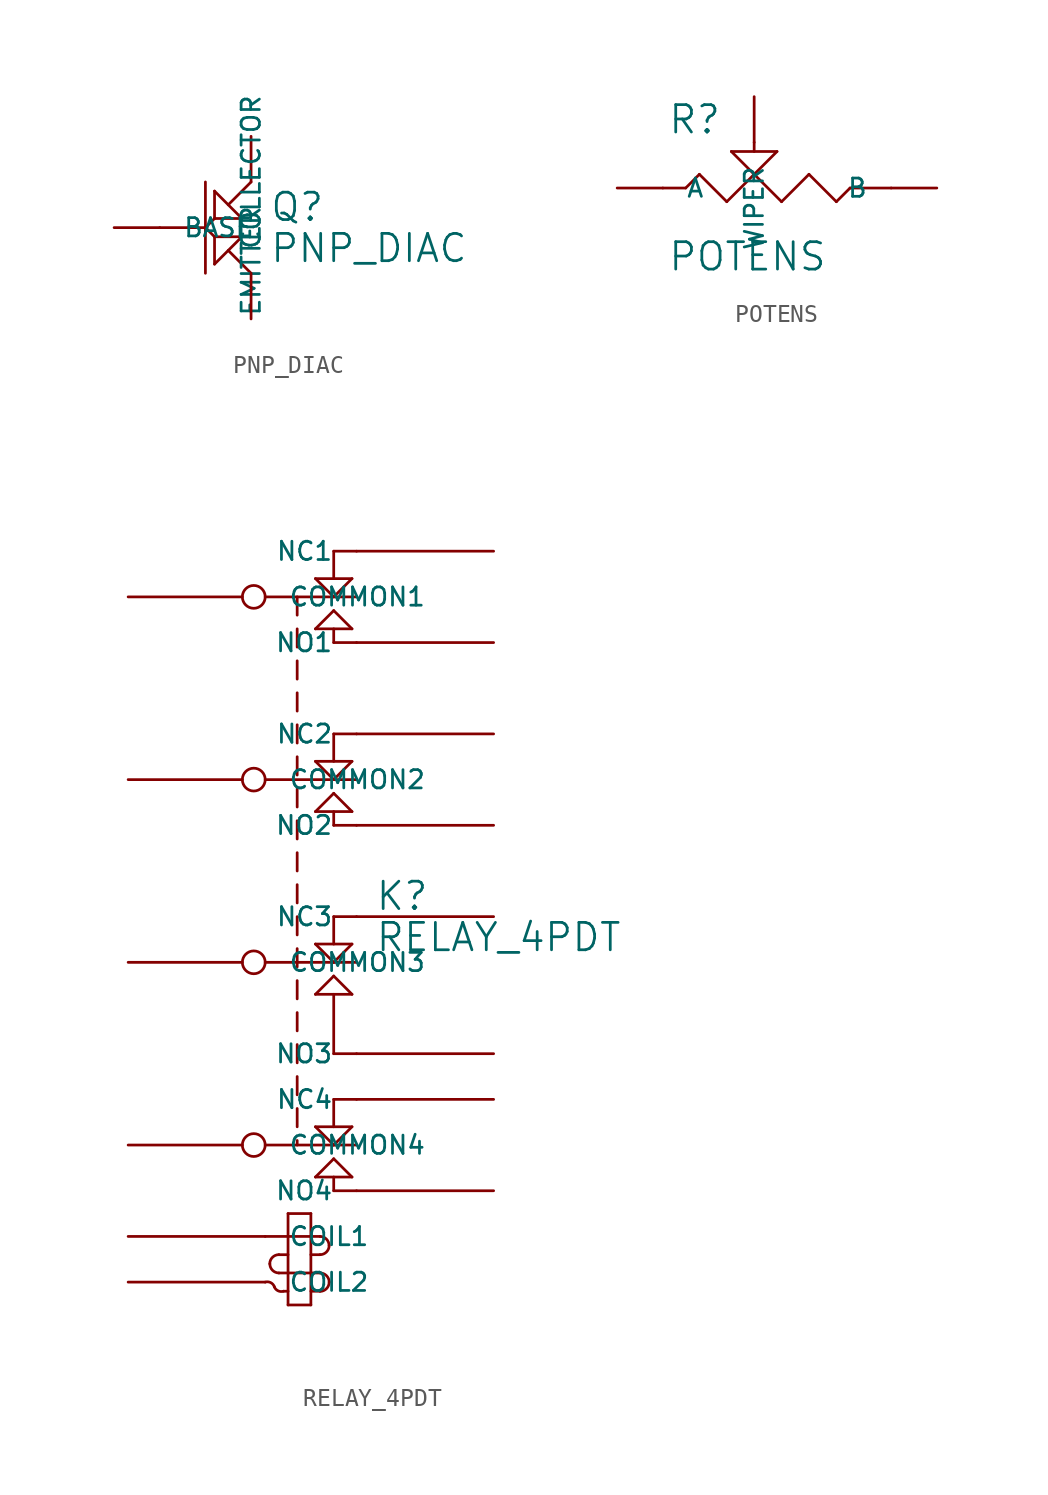
<source format=kicad_sym>
(kicad_symbol_lib
  (version 20231120)
  (generator "kicad_symbol_editor")
  (generator_version "8.0")
  (symbol "PNP_DIAC"
    (pin_names
      (offset 1.27))
    (property "Reference" "Q"
      (at 6.096 -2.286 0)
      (effects (font (size 1.524 1.524)) (justify left bottom)))
    (property "Value" "PNP_DIAC"
      (at 6.096 -2.794 0)
      (effects (font (size 1.524 1.524)) (justify left top)))
    (symbol "PNP_DIAC_0_1"
      (polyline (pts (xy 0 -2.54) (xy 2.54 -2.54)) (stroke (width 0) (type solid)) (fill (type none)))
      (polyline (pts (xy 2.54 -5.08) (xy 2.54 0)) (stroke (width 0) (type solid)) (fill (type none)))
      (polyline (pts (xy 2.54 -2.54) (xy 3.048 -3.048)) (stroke (width 0) (type solid)) (fill (type none)))
      (polyline (pts (xy 3.048 -4.572) (xy 3.048 -3.048)) (stroke (width 0) (type solid)) (fill (type none)))
      (polyline (pts (xy 3.048 -3.048) (xy 4.572 -3.048)) (stroke (width 0) (type solid)) (fill (type none)))
      (polyline (pts (xy 3.048 -2.032) (xy 2.54 -2.54)) (stroke (width 0) (type solid)) (fill (type none)))
      (polyline (pts (xy 3.048 -2.032) (xy 3.048 -0.508)) (stroke (width 0) (type solid)) (fill (type none)))
      (polyline (pts (xy 3.048 -0.508) (xy 4.572 -2.032)) (stroke (width 0) (type solid)) (fill (type none)))
      (polyline (pts (xy 3.81 -3.81) (xy 5.08 -5.08)) (stroke (width 0) (type solid)) (fill (type none)))
      (polyline (pts (xy 3.81 -1.27) (xy 5.08 0)) (stroke (width 0) (type solid)) (fill (type none)))
      (polyline (pts (xy 4.572 -3.048) (xy 3.048 -4.572)) (stroke (width 0) (type solid)) (fill (type none)))
      (polyline (pts (xy 4.572 -2.032) (xy 3.048 -2.032)) (stroke (width 0) (type solid)) (fill (type none))))
    (symbol "PNP_DIAC_1_1"
      (pin input line (at -2.54 -2.54 0) (length 2.54) (name "BASE" (effects (font (size 1.016 1.016)))) (number "~" (effects (font (size 1.27 1.27)))))
      (pin passive line (at 5.08 -7.62 90) (length 2.54) (name "COLLECTOR" (effects (font (size 1.016 1.016)))) (number "~" (effects (font (size 1.27 1.27)))))
      (pin passive line (at 5.08 2.54 270) (length 2.54) (name "EMITTER" (effects (font (size 1.016 1.016)))) (number "~" (effects (font (size 1.27 1.27)))))))
  (symbol "POTENS"
    (pin_names
      (offset 1.27))
    (property "Reference" "R"
      (at 0.254 0.381 0)
      (effects (font (size 1.524 1.524)) (justify left bottom)))
    (property "Value" "POTENS"
      (at 0.254 -5.461 0)
      (effects (font (size 1.524 1.524)) (justify left top)))
    (symbol "POTENS_0_1"
      (polyline (pts (xy 0 -2.54) (xy 1.27 -2.54)) (stroke (width 0) (type solid)) (fill (type none)))
      (polyline (pts (xy 1.27 -2.54) (xy 2.032 -1.778)) (stroke (width 0) (type solid)) (fill (type none)))
      (polyline (pts (xy 2.032 -1.778) (xy 3.556 -3.302)) (stroke (width 0) (type solid)) (fill (type none)))
      (polyline (pts (xy 3.556 -3.302) (xy 5.08 -1.778)) (stroke (width 0) (type solid)) (fill (type none)))
      (polyline (pts (xy 3.81 -0.508) (xy 5.08 -1.778)) (stroke (width 0) (type solid)) (fill (type none)))
      (polyline (pts (xy 5.08 -1.778) (xy 6.35 -0.508)) (stroke (width 0) (type solid)) (fill (type none)))
      (polyline (pts (xy 5.08 -1.778) (xy 6.604 -3.302)) (stroke (width 0) (type solid)) (fill (type none)))
      (polyline (pts (xy 5.08 -0.508) (xy 5.08 0)) (stroke (width 0) (type solid)) (fill (type none)))
      (polyline (pts (xy 6.35 -0.508) (xy 3.81 -0.508)) (stroke (width 0) (type solid)) (fill (type none)))
      (polyline (pts (xy 6.604 -3.302) (xy 8.128 -1.778)) (stroke (width 0) (type solid)) (fill (type none)))
      (polyline (pts (xy 8.128 -1.778) (xy 9.652 -3.302)) (stroke (width 0) (type solid)) (fill (type none)))
      (polyline (pts (xy 9.652 -3.302) (xy 10.414 -2.54)) (stroke (width 0) (type solid)) (fill (type none)))
      (polyline (pts (xy 10.414 -2.54) (xy 12.7 -2.54)) (stroke (width 0) (type solid)) (fill (type none))))
    (symbol "POTENS_1_1"
      (pin passive line (at -2.54 -2.54 0) (length 2.54) (name "A" (effects (font (size 1.016 1.016)))) (number "~" (effects (font (size 1.27 1.27)))))
      (pin passive line (at 15.24 -2.54 180) (length 2.54) (name "B" (effects (font (size 1.016 1.016)))) (number "~" (effects (font (size 1.27 1.27)))))
      (pin passive line (at 5.08 2.54 270) (length 2.54) (name "WIPER" (effects (font (size 1.016 1.016)))) (number "~" (effects (font (size 1.27 1.27)))))))
  (symbol "RELAY_4PDT"
    (pin_names
      (offset 1.27))
    (property "Reference" "K"
      (at 6.096 -22.606 0)
      (effects (font (size 1.524 1.524)) (justify left bottom)))
    (property "Value" "RELAY_4PDT"
      (at 6.096 -23.114 0)
      (effects (font (size 1.524 1.524)) (justify left top)))
    (symbol "RELAY_4PDT_0_1"
      (polyline (pts (xy 0 -40.64) (xy 3.048 -40.64)) (stroke (width 0) (type solid)) (fill (type none)))
      (polyline (pts (xy 0 -35.56) (xy 5.08 -35.56)) (stroke (width 0) (type solid)) (fill (type none)))
      (polyline (pts (xy 0 -25.4) (xy 5.08 -25.4)) (stroke (width 0) (type solid)) (fill (type none)))
      (polyline (pts (xy 0 -15.24) (xy 5.08 -15.24)) (stroke (width 0) (type solid)) (fill (type none)))
      (polyline (pts (xy 0 -5.08) (xy 5.08 -5.08)) (stroke (width 0) (type solid)) (fill (type none)))
      (polyline (pts (xy 0.762 -42.672) (xy 3.048 -42.672)) (stroke (width 0) (type solid)) (fill (type none)))
      (polyline (pts (xy 1.016 -43.688) (xy 1.27 -43.688)) (stroke (width 0) (type solid)) (fill (type none)))
      (polyline (pts (xy 1.27 -44.45) (xy 2.54 -44.45)) (stroke (width 0) (type solid)) (fill (type none)))
      (polyline (pts (xy 1.27 -41.656) (xy 0.762 -41.656)) (stroke (width 0) (type solid)) (fill (type none)))
      (polyline (pts (xy 1.27 -39.37) (xy 1.27 -44.45)) (stroke (width 0) (type solid)) (fill (type none)))
      (polyline (pts (xy 1.778 -35.306) (xy 1.778 -35.56)) (stroke (width 0) (type solid)) (fill (type none)))
      (polyline (pts (xy 1.778 -33.528) (xy 1.778 -34.544)) (stroke (width 0) (type solid)) (fill (type none)))
      (polyline (pts (xy 1.778 -31.75) (xy 1.778 -32.766)) (stroke (width 0) (type solid)) (fill (type none)))
      (polyline (pts (xy 1.778 -29.972) (xy 1.778 -30.988)) (stroke (width 0) (type solid)) (fill (type none)))
      (polyline (pts (xy 1.778 -28.194) (xy 1.778 -29.21)) (stroke (width 0) (type solid)) (fill (type none)))
      (polyline (pts (xy 1.778 -26.416) (xy 1.778 -27.432)) (stroke (width 0) (type solid)) (fill (type none)))
      (polyline (pts (xy 1.778 -24.638) (xy 1.778 -25.654)) (stroke (width 0) (type solid)) (fill (type none)))
      (polyline (pts (xy 1.778 -22.86) (xy 1.778 -23.876)) (stroke (width 0) (type solid)) (fill (type none)))
      (polyline (pts (xy 1.778 -21.082) (xy 1.778 -22.098)) (stroke (width 0) (type solid)) (fill (type none)))
      (polyline (pts (xy 1.778 -19.304) (xy 1.778 -20.32)) (stroke (width 0) (type solid)) (fill (type none)))
      (polyline (pts (xy 1.778 -17.526) (xy 1.778 -18.542)) (stroke (width 0) (type solid)) (fill (type none)))
      (polyline (pts (xy 1.778 -15.748) (xy 1.778 -16.764)) (stroke (width 0) (type solid)) (fill (type none)))
      (polyline (pts (xy 1.778 -13.97) (xy 1.778 -14.986)) (stroke (width 0) (type solid)) (fill (type none)))
      (polyline (pts (xy 1.778 -12.192) (xy 1.778 -13.208)) (stroke (width 0) (type solid)) (fill (type none)))
      (polyline (pts (xy 1.778 -10.414) (xy 1.778 -11.43)) (stroke (width 0) (type solid)) (fill (type none)))
      (polyline (pts (xy 1.778 -8.636) (xy 1.778 -9.652)) (stroke (width 0) (type solid)) (fill (type none)))
      (polyline (pts (xy 1.778 -6.858) (xy 1.778 -7.874)) (stroke (width 0) (type solid)) (fill (type none)))
      (polyline (pts (xy 1.778 -5.08) (xy 1.778 -6.096)) (stroke (width 0) (type solid)) (fill (type none)))
      (polyline (pts (xy 2.54 -44.45) (xy 2.54 -39.37)) (stroke (width 0) (type solid)) (fill (type none)))
      (polyline (pts (xy 2.54 -39.37) (xy 1.27 -39.37)) (stroke (width 0) (type solid)) (fill (type none)))
      (polyline (pts (xy 2.794 -37.338) (xy 3.81 -36.322)) (stroke (width 0) (type solid)) (fill (type none)))
      (polyline (pts (xy 2.794 -34.544) (xy 3.81 -35.56)) (stroke (width 0) (type solid)) (fill (type none)))
      (polyline (pts (xy 2.794 -27.178) (xy 3.81 -26.162)) (stroke (width 0) (type solid)) (fill (type none)))
      (polyline (pts (xy 2.794 -24.384) (xy 3.81 -25.4)) (stroke (width 0) (type solid)) (fill (type none)))
      (polyline (pts (xy 2.794 -17.018) (xy 3.81 -16.002)) (stroke (width 0) (type solid)) (fill (type none)))
      (polyline (pts (xy 2.794 -14.224) (xy 3.81 -15.24)) (stroke (width 0) (type solid)) (fill (type none)))
      (polyline (pts (xy 2.794 -6.858) (xy 3.81 -5.842)) (stroke (width 0) (type solid)) (fill (type none)))
      (polyline (pts (xy 2.794 -4.064) (xy 3.81 -5.08)) (stroke (width 0) (type solid)) (fill (type none)))
      (polyline (pts (xy 3.048 -43.688) (xy 2.54 -43.688)) (stroke (width 0) (type solid)) (fill (type none)))
      (polyline (pts (xy 3.048 -41.656) (xy 2.54 -41.656)) (stroke (width 0) (type solid)) (fill (type none)))
      (polyline (pts (xy 3.81 -38.1) (xy 5.08 -38.1)) (stroke (width 0) (type solid)) (fill (type none)))
      (polyline (pts (xy 3.81 -37.338) (xy 3.81 -38.1)) (stroke (width 0) (type solid)) (fill (type none)))
      (polyline (pts (xy 3.81 -36.322) (xy 4.826 -37.338)) (stroke (width 0) (type solid)) (fill (type none)))
      (polyline (pts (xy 3.81 -35.56) (xy 4.826 -34.544)) (stroke (width 0) (type solid)) (fill (type none)))
      (polyline (pts (xy 3.81 -34.544) (xy 3.81 -33.02)) (stroke (width 0) (type solid)) (fill (type none)))
      (polyline (pts (xy 3.81 -33.02) (xy 5.08 -33.02)) (stroke (width 0) (type solid)) (fill (type none)))
      (polyline (pts (xy 3.81 -30.48) (xy 5.08 -30.48)) (stroke (width 0) (type solid)) (fill (type none)))
      (polyline (pts (xy 3.81 -27.178) (xy 3.81 -30.48)) (stroke (width 0) (type solid)) (fill (type none)))
      (polyline (pts (xy 3.81 -26.162) (xy 4.826 -27.178)) (stroke (width 0) (type solid)) (fill (type none)))
      (polyline (pts (xy 3.81 -25.4) (xy 4.826 -24.384)) (stroke (width 0) (type solid)) (fill (type none)))
      (polyline (pts (xy 3.81 -24.384) (xy 3.81 -22.86)) (stroke (width 0) (type solid)) (fill (type none)))
      (polyline (pts (xy 3.81 -22.86) (xy 5.08 -22.86)) (stroke (width 0) (type solid)) (fill (type none)))
      (polyline (pts (xy 3.81 -17.78) (xy 5.08 -17.78)) (stroke (width 0) (type solid)) (fill (type none)))
      (polyline (pts (xy 3.81 -17.018) (xy 3.81 -17.78)) (stroke (width 0) (type solid)) (fill (type none)))
      (polyline (pts (xy 3.81 -16.002) (xy 4.826 -17.018)) (stroke (width 0) (type solid)) (fill (type none)))
      (polyline (pts (xy 3.81 -15.24) (xy 4.826 -14.224)) (stroke (width 0) (type solid)) (fill (type none)))
      (polyline (pts (xy 3.81 -14.224) (xy 3.81 -12.7)) (stroke (width 0) (type solid)) (fill (type none)))
      (polyline (pts (xy 3.81 -12.7) (xy 5.08 -12.7)) (stroke (width 0) (type solid)) (fill (type none)))
      (polyline (pts (xy 3.81 -7.62) (xy 5.08 -7.62)) (stroke (width 0) (type solid)) (fill (type none)))
      (polyline (pts (xy 3.81 -6.858) (xy 3.81 -7.62)) (stroke (width 0) (type solid)) (fill (type none)))
      (polyline (pts (xy 3.81 -5.842) (xy 4.826 -6.858)) (stroke (width 0) (type solid)) (fill (type none)))
      (polyline (pts (xy 3.81 -5.08) (xy 4.826 -4.064)) (stroke (width 0) (type solid)) (fill (type none)))
      (polyline (pts (xy 3.81 -4.064) (xy 3.81 -2.54)) (stroke (width 0) (type solid)) (fill (type none)))
      (polyline (pts (xy 3.81 -2.54) (xy 5.08 -2.54)) (stroke (width 0) (type solid)) (fill (type none)))
      (polyline (pts (xy 4.826 -37.338) (xy 2.794 -37.338)) (stroke (width 0) (type solid)) (fill (type none)))
      (polyline (pts (xy 4.826 -34.544) (xy 2.794 -34.544)) (stroke (width 0) (type solid)) (fill (type none)))
      (polyline (pts (xy 4.826 -27.178) (xy 2.794 -27.178)) (stroke (width 0) (type solid)) (fill (type none)))
      (polyline (pts (xy 4.826 -24.384) (xy 2.794 -24.384)) (stroke (width 0) (type solid)) (fill (type none)))
      (polyline (pts (xy 4.826 -17.018) (xy 2.794 -17.018)) (stroke (width 0) (type solid)) (fill (type none)))
      (polyline (pts (xy 4.826 -14.224) (xy 2.794 -14.224)) (stroke (width 0) (type solid)) (fill (type none)))
      (polyline (pts (xy 4.826 -6.858) (xy 2.794 -6.858)) (stroke (width 0) (type solid)) (fill (type none)))
      (polyline (pts (xy 4.826 -4.064) (xy 2.794 -4.064)) (stroke (width 0) (type solid)) (fill (type none)))
      (arc (start 0.254 -42.164) (mid 0.4028 -42.5232) (end 0.762 -42.672) (stroke (width 0) (type solid)) (fill (type none)))
      (arc (start 0.508 -43.434) (mid 0.2986 -43.2049) (end 0 -43.18) (stroke (width 0) (type solid)) (fill (type none)))
      (arc (start 0.508 -43.434) (mid 0.7174 -43.6631) (end 1.016 -43.688) (stroke (width 0) (type solid)) (fill (type none)))
      (arc (start 0.762 -41.656) (mid 0.4028 -41.8048) (end 0.254 -42.164) (stroke (width 0) (type solid)) (fill (type none)))
      (arc (start 3.048 -43.688) (mid 3.4072 -43.5392) (end 3.556 -43.18) (stroke (width 0) (type solid)) (fill (type none)))
      (arc (start 3.048 -41.656) (mid 3.4072 -41.5072) (end 3.556 -41.148) (stroke (width 0) (type solid)) (fill (type none)))
      (arc (start 3.556 -43.18) (mid 3.4072 -42.8208) (end 3.048 -42.672) (stroke (width 0) (type solid)) (fill (type none)))
      (arc (start 3.556 -41.148) (mid 3.4072 -40.7888) (end 3.048 -40.64) (stroke (width 0) (type solid)) (fill (type none))))
    (symbol "RELAY_4PDT_1_1"
      (pin passive line (at -7.62 -40.64 0) (length 7.62) (name "COIL1" (effects (font (size 1.016 1.016)))) (number "~" (effects (font (size 1.27 1.27)))))
      (pin passive line (at -7.62 -43.18 0) (length 7.62) (name "COIL2" (effects (font (size 1.016 1.016)))) (number "~" (effects (font (size 1.27 1.27)))))
      (pin passive inverted (at -7.62 -5.08 0) (length 7.62) (name "COMMON1" (effects (font (size 1.016 1.016)))) (number "~" (effects (font (size 1.27 1.27)))))
      (pin passive inverted (at -7.62 -15.24 0) (length 7.62) (name "COMMON2" (effects (font (size 1.016 1.016)))) (number "~" (effects (font (size 1.27 1.27)))))
      (pin passive inverted (at -7.62 -25.4 0) (length 7.62) (name "COMMON3" (effects (font (size 1.016 1.016)))) (number "~" (effects (font (size 1.27 1.27)))))
      (pin passive inverted (at -7.62 -35.56 0) (length 7.62) (name "COMMON4" (effects (font (size 1.016 1.016)))) (number "~" (effects (font (size 1.27 1.27)))))
      (pin passive line (at 12.7 -2.54 180) (length 7.62) (name "NC1" (effects (font (size 1.016 1.016)))) (number "~" (effects (font (size 1.27 1.27)))))
      (pin passive line (at 12.7 -12.7 180) (length 7.62) (name "NC2" (effects (font (size 1.016 1.016)))) (number "~" (effects (font (size 1.27 1.27)))))
      (pin passive line (at 12.7 -22.86 180) (length 7.62) (name "NC3" (effects (font (size 1.016 1.016)))) (number "~" (effects (font (size 1.27 1.27)))))
      (pin passive line (at 12.7 -33.02 180) (length 7.62) (name "NC4" (effects (font (size 1.016 1.016)))) (number "~" (effects (font (size 1.27 1.27)))))
      (pin passive line (at 12.7 -7.62 180) (length 7.62) (name "NO1" (effects (font (size 1.016 1.016)))) (number "~" (effects (font (size 1.27 1.27)))))
      (pin passive line (at 12.7 -17.78 180) (length 7.62) (name "NO2" (effects (font (size 1.016 1.016)))) (number "~" (effects (font (size 1.27 1.27)))))
      (pin passive line (at 12.7 -30.48 180) (length 7.62) (name "NO3" (effects (font (size 1.016 1.016)))) (number "~" (effects (font (size 1.27 1.27)))))
      (pin passive line (at 12.7 -38.1 180) (length 7.62) (name "NO4" (effects (font (size 1.016 1.016)))) (number "~" (effects (font (size 1.27 1.27))))))))
</source>
